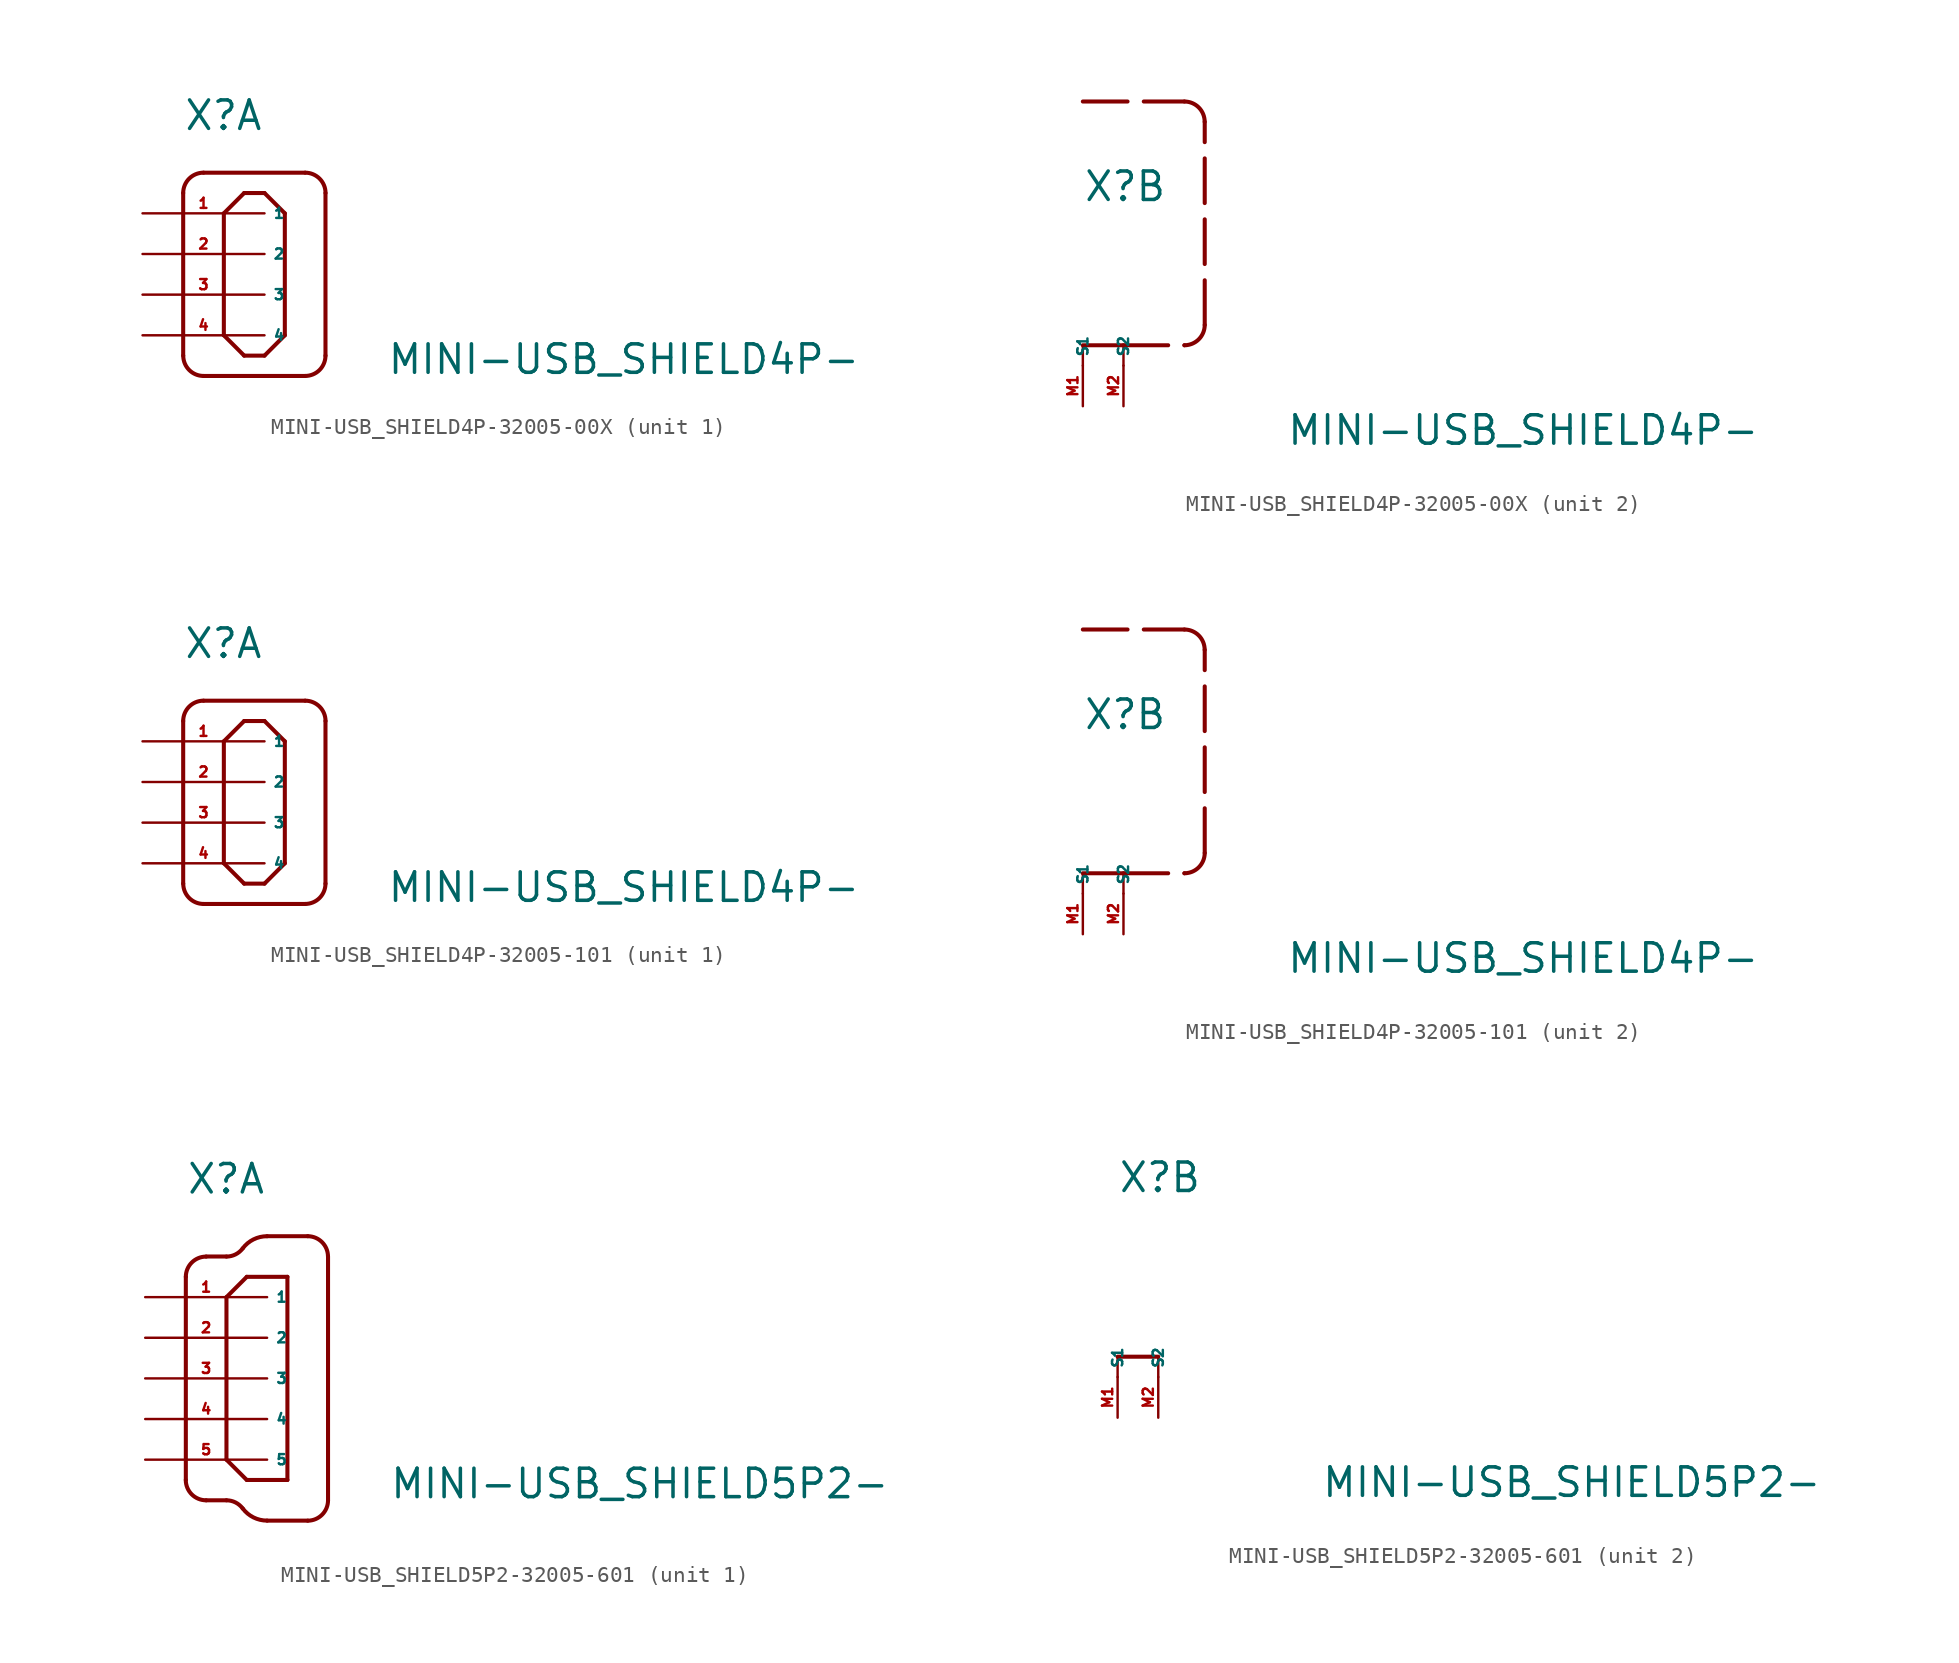
<source format=kicad_sym>
(kicad_symbol_lib
  (version 20220914)
  (generator Eagle2Kicad)
  (symbol "MINI-USB_SHIELD4P-32005-00X"
    (property "Reference" "X"
      (at -2.54 10.16 0)
      (effects (font (size 1.778 1.778) (thickness 0.22)) (justify left bottom)))
    (property "Value" "MINI-USB_SHIELD4P-"
      (at 10.16 -5.08 0)
      (effects (font (size 1.778 1.778) (thickness 0.22)) (justify left bottom)))
    (symbol "MINI-USB_SHIELD4P-32005-00X_1_0"
      (polyline (pts (xy -2.54 6.35) (xy -2.54 -3.81)) (stroke (width 0.254) (type default)) (fill (type none)))
      (arc (start -2.54 -3.81) (mid -2.168 -4.708) (end -1.27 -5.08) (stroke (width 0.254) (type default)) (fill (type none)))
      (polyline (pts (xy -1.27 -5.08) (xy 5.08 -5.08)) (stroke (width 0.254) (type default)) (fill (type none)))
      (arc (start 5.08 -5.08) (mid 5.978 -4.708) (end 6.35 -3.81) (stroke (width 0.254) (type default)) (fill (type none)))
      (polyline (pts (xy 6.35 -3.81) (xy 6.35 6.35)) (stroke (width 0.254) (type default)) (fill (type none)))
      (arc (start -1.27 7.62) (mid -2.168 7.248) (end -2.54 6.35) (stroke (width 0.254) (type default)) (fill (type none)))
      (polyline (pts (xy -1.27 7.62) (xy 5.08 7.62)) (stroke (width 0.254) (type default)) (fill (type none)))
      (arc (start 6.35 6.35) (mid 5.978 7.248) (end 5.08 7.62) (stroke (width 0.254) (type default)) (fill (type none)))
      (polyline (pts (xy 0 5.08) (xy 0 -2.54)) (stroke (width 0.254) (type default)) (fill (type none)))
      (polyline (pts (xy 0 -2.54) (xy 1.27 -3.81)) (stroke (width 0.254) (type default)) (fill (type none)))
      (polyline (pts (xy 1.27 -3.81) (xy 2.54 -3.81)) (stroke (width 0.254) (type default)) (fill (type none)))
      (polyline (pts (xy 3.81 -2.54) (xy 3.81 5.08)) (stroke (width 0.254) (type default)) (fill (type none)))
      (polyline (pts (xy 2.54 6.35) (xy 1.27 6.35)) (stroke (width 0.254) (type default)) (fill (type none)))
      (polyline (pts (xy 1.27 6.35) (xy 0 5.08)) (stroke (width 0.254) (type default)) (fill (type none)))
      (polyline (pts (xy 2.54 6.35) (xy 3.81 5.08)) (stroke (width 0.254) (type default)) (fill (type none)))
      (polyline (pts (xy 2.54 -3.81) (xy 3.81 -2.54)) (stroke (width 0.254) (type default)) (fill (type none)))
      (pin passive line (at -5.08 5.08 0) (length 7.62) (name "1" (effects (font (size 0.635 0.635) (thickness 0.08)) (justify left bottom))) (number "1" (effects (font (size 0.635 0.635) (thickness 0.08)) (justify left bottom))))
      (pin passive line (at -5.08 2.54 0) (length 7.62) (name "2" (effects (font (size 0.635 0.635) (thickness 0.08)) (justify left bottom))) (number "2" (effects (font (size 0.635 0.635) (thickness 0.08)) (justify left bottom))))
      (pin passive line (at -5.08 0 0) (length 7.62) (name "3" (effects (font (size 0.635 0.635) (thickness 0.08)) (justify left bottom))) (number "3" (effects (font (size 0.635 0.635) (thickness 0.08)) (justify left bottom))))
      (pin passive line (at -5.08 -2.54 0) (length 7.62) (name "4" (effects (font (size 0.635 0.635) (thickness 0.08)) (justify left bottom))) (number "4" (effects (font (size 0.635 0.635) (thickness 0.08)) (justify left bottom)))))
    (symbol "MINI-USB_SHIELD4P-32005-00X_2_0"
      (polyline (pts (xy -2.54 1.27) (xy 0 1.27)) (stroke (width 0.254) (type dash)) (fill (type none)))
      (polyline (pts (xy 0 1.27) (xy 3.81 1.27)) (stroke (width 0.254) (type dash)) (fill (type none)))
      (arc (start 3.81 1.27) (mid 4.708 1.642) (end 5.08 2.54) (stroke (width 0.254) (type dash)) (fill (type none)))
      (polyline (pts (xy 5.08 2.54) (xy 5.08 15.24)) (stroke (width 0.254) (type dash)) (fill (type none)))
      (polyline (pts (xy -2.54 16.51) (xy 3.81 16.51)) (stroke (width 0.254) (type dash)) (fill (type none)))
      (arc (start 5.08 15.24) (mid 4.708 16.138) (end 3.81 16.51) (stroke (width 0.254) (type dash)) (fill (type none)))
      (polyline (pts (xy -2.54 0) (xy -2.54 1.27)) (stroke (width 0.152) (type default)) (fill (type none)))
      (polyline (pts (xy 0 0) (xy 0 1.27)) (stroke (width 0.152) (type default)) (fill (type none)))
      (pin passive line (at -2.54 -2.54 90) (length 2.54) (name "S1" (effects (font (size 0.635 0.635) (thickness 0.08)) (justify left bottom))) (number "M1" (effects (font (size 0.635 0.635) (thickness 0.08)) (justify left bottom))))
      (pin passive line (at 0 -2.54 90) (length 2.54) (name "S2" (effects (font (size 0.635 0.635) (thickness 0.08)) (justify left bottom))) (number "M2" (effects (font (size 0.635 0.635) (thickness 0.08)) (justify left bottom))))))
  (symbol "MINI-USB_SHIELD4P-32005-101"
    (property "Reference" "X"
      (at -2.54 10.16 0)
      (effects (font (size 1.778 1.778) (thickness 0.22)) (justify left bottom)))
    (property "Value" "MINI-USB_SHIELD4P-"
      (at 10.16 -5.08 0)
      (effects (font (size 1.778 1.778) (thickness 0.22)) (justify left bottom)))
    (symbol "MINI-USB_SHIELD4P-32005-101_1_0"
      (polyline (pts (xy -2.54 6.35) (xy -2.54 -3.81)) (stroke (width 0.254) (type default)) (fill (type none)))
      (arc (start -2.54 -3.81) (mid -2.168 -4.708) (end -1.27 -5.08) (stroke (width 0.254) (type default)) (fill (type none)))
      (polyline (pts (xy -1.27 -5.08) (xy 5.08 -5.08)) (stroke (width 0.254) (type default)) (fill (type none)))
      (arc (start 5.08 -5.08) (mid 5.978 -4.708) (end 6.35 -3.81) (stroke (width 0.254) (type default)) (fill (type none)))
      (polyline (pts (xy 6.35 -3.81) (xy 6.35 6.35)) (stroke (width 0.254) (type default)) (fill (type none)))
      (arc (start -1.27 7.62) (mid -2.168 7.248) (end -2.54 6.35) (stroke (width 0.254) (type default)) (fill (type none)))
      (polyline (pts (xy -1.27 7.62) (xy 5.08 7.62)) (stroke (width 0.254) (type default)) (fill (type none)))
      (arc (start 6.35 6.35) (mid 5.978 7.248) (end 5.08 7.62) (stroke (width 0.254) (type default)) (fill (type none)))
      (polyline (pts (xy 0 5.08) (xy 0 -2.54)) (stroke (width 0.254) (type default)) (fill (type none)))
      (polyline (pts (xy 0 -2.54) (xy 1.27 -3.81)) (stroke (width 0.254) (type default)) (fill (type none)))
      (polyline (pts (xy 1.27 -3.81) (xy 2.54 -3.81)) (stroke (width 0.254) (type default)) (fill (type none)))
      (polyline (pts (xy 3.81 -2.54) (xy 3.81 5.08)) (stroke (width 0.254) (type default)) (fill (type none)))
      (polyline (pts (xy 2.54 6.35) (xy 1.27 6.35)) (stroke (width 0.254) (type default)) (fill (type none)))
      (polyline (pts (xy 1.27 6.35) (xy 0 5.08)) (stroke (width 0.254) (type default)) (fill (type none)))
      (polyline (pts (xy 2.54 6.35) (xy 3.81 5.08)) (stroke (width 0.254) (type default)) (fill (type none)))
      (polyline (pts (xy 2.54 -3.81) (xy 3.81 -2.54)) (stroke (width 0.254) (type default)) (fill (type none)))
      (pin passive line (at -5.08 5.08 0) (length 7.62) (name "1" (effects (font (size 0.635 0.635) (thickness 0.08)) (justify left bottom))) (number "1" (effects (font (size 0.635 0.635) (thickness 0.08)) (justify left bottom))))
      (pin passive line (at -5.08 2.54 0) (length 7.62) (name "2" (effects (font (size 0.635 0.635) (thickness 0.08)) (justify left bottom))) (number "2" (effects (font (size 0.635 0.635) (thickness 0.08)) (justify left bottom))))
      (pin passive line (at -5.08 0 0) (length 7.62) (name "3" (effects (font (size 0.635 0.635) (thickness 0.08)) (justify left bottom))) (number "3" (effects (font (size 0.635 0.635) (thickness 0.08)) (justify left bottom))))
      (pin passive line (at -5.08 -2.54 0) (length 7.62) (name "4" (effects (font (size 0.635 0.635) (thickness 0.08)) (justify left bottom))) (number "4" (effects (font (size 0.635 0.635) (thickness 0.08)) (justify left bottom)))))
    (symbol "MINI-USB_SHIELD4P-32005-101_2_0"
      (polyline (pts (xy -2.54 1.27) (xy 0 1.27)) (stroke (width 0.254) (type dash)) (fill (type none)))
      (polyline (pts (xy 0 1.27) (xy 3.81 1.27)) (stroke (width 0.254) (type dash)) (fill (type none)))
      (arc (start 3.81 1.27) (mid 4.708 1.642) (end 5.08 2.54) (stroke (width 0.254) (type dash)) (fill (type none)))
      (polyline (pts (xy 5.08 2.54) (xy 5.08 15.24)) (stroke (width 0.254) (type dash)) (fill (type none)))
      (polyline (pts (xy -2.54 16.51) (xy 3.81 16.51)) (stroke (width 0.254) (type dash)) (fill (type none)))
      (arc (start 5.08 15.24) (mid 4.708 16.138) (end 3.81 16.51) (stroke (width 0.254) (type dash)) (fill (type none)))
      (polyline (pts (xy -2.54 0) (xy -2.54 1.27)) (stroke (width 0.152) (type default)) (fill (type none)))
      (polyline (pts (xy 0 0) (xy 0 1.27)) (stroke (width 0.152) (type default)) (fill (type none)))
      (pin passive line (at -2.54 -2.54 90) (length 2.54) (name "S1" (effects (font (size 0.635 0.635) (thickness 0.08)) (justify left bottom))) (number "M1" (effects (font (size 0.635 0.635) (thickness 0.08)) (justify left bottom))))
      (pin passive line (at 0 -2.54 90) (length 2.54) (name "S2" (effects (font (size 0.635 0.635) (thickness 0.08)) (justify left bottom))) (number "M2" (effects (font (size 0.635 0.635) (thickness 0.08)) (justify left bottom))))))
  (symbol "MINI-USB_SHIELD5P2-32005-601"
    (property "Reference" "X"
      (at -2.54 11.43 0)
      (effects (font (size 1.778 1.778) (thickness 0.22)) (justify left bottom)))
    (property "Value" "MINI-USB_SHIELD5P2-"
      (at 10.16 -7.62 0)
      (effects (font (size 1.778 1.778) (thickness 0.22)) (justify left bottom)))
    (symbol "MINI-USB_SHIELD5P2-32005-601_1_0"
      (polyline (pts (xy -2.54 6.35) (xy -2.54 -6.35)) (stroke (width 0.254) (type default)) (fill (type none)))
      (arc (start -2.54 -6.35) (mid -2.168 -7.248) (end -1.27 -7.62) (stroke (width 0.254) (type default)) (fill (type none)))
      (polyline (pts (xy -1.27 -7.62) (xy 0 -7.62)) (stroke (width 0.254) (type default)) (fill (type none)))
      (arc (start 1.016 -8.128) (mid 0.568 -7.754) (end 0 -7.62) (stroke (width 0.254) (type default)) (fill (type none)))
      (arc (start 1.016 -8.128) (mid 1.688 -8.689) (end 2.54 -8.89) (stroke (width 0.254) (type default)) (fill (type none)))
      (polyline (pts (xy 2.54 -8.89) (xy 5.08 -8.89)) (stroke (width 0.254) (type default)) (fill (type none)))
      (arc (start 5.08 -8.89) (mid 5.978 -8.518) (end 6.35 -7.62) (stroke (width 0.254) (type default)) (fill (type none)))
      (polyline (pts (xy 6.35 -7.62) (xy 6.35 7.62)) (stroke (width 0.254) (type default)) (fill (type none)))
      (arc (start -1.27 7.62) (mid -2.168 7.248) (end -2.54 6.35) (stroke (width 0.254) (type default)) (fill (type none)))
      (polyline (pts (xy -1.27 7.62) (xy 0 7.62)) (stroke (width 0.254) (type default)) (fill (type none)))
      (arc (start 0 7.62) (mid 0.568 7.754) (end 1.016 8.128) (stroke (width 0.254) (type default)) (fill (type none)))
      (arc (start 2.54 8.89) (mid 1.688 8.689) (end 1.016 8.128) (stroke (width 0.254) (type default)) (fill (type none)))
      (polyline (pts (xy 2.54 8.89) (xy 5.08 8.89)) (stroke (width 0.254) (type default)) (fill (type none)))
      (arc (start 6.35 7.62) (mid 5.978 8.518) (end 5.08 8.89) (stroke (width 0.254) (type default)) (fill (type none)))
      (polyline (pts (xy 0 5.08) (xy 0 -5.08)) (stroke (width 0.254) (type default)) (fill (type none)))
      (polyline (pts (xy 0 -5.08) (xy 1.27 -6.35)) (stroke (width 0.254) (type default)) (fill (type none)))
      (polyline (pts (xy 1.27 -6.35) (xy 3.81 -6.35)) (stroke (width 0.254) (type default)) (fill (type none)))
      (polyline (pts (xy 3.81 -6.35) (xy 3.81 6.35)) (stroke (width 0.254) (type default)) (fill (type none)))
      (polyline (pts (xy 3.81 6.35) (xy 1.27 6.35)) (stroke (width 0.254) (type default)) (fill (type none)))
      (polyline (pts (xy 1.27 6.35) (xy 0 5.08)) (stroke (width 0.254) (type default)) (fill (type none)))
      (pin passive line (at -5.08 5.08 0) (length 7.62) (name "1" (effects (font (size 0.635 0.635) (thickness 0.08)) (justify left bottom))) (number "1" (effects (font (size 0.635 0.635) (thickness 0.08)) (justify left bottom))))
      (pin passive line (at -5.08 2.54 0) (length 7.62) (name "2" (effects (font (size 0.635 0.635) (thickness 0.08)) (justify left bottom))) (number "2" (effects (font (size 0.635 0.635) (thickness 0.08)) (justify left bottom))))
      (pin passive line (at -5.08 0 0) (length 7.62) (name "3" (effects (font (size 0.635 0.635) (thickness 0.08)) (justify left bottom))) (number "3" (effects (font (size 0.635 0.635) (thickness 0.08)) (justify left bottom))))
      (pin passive line (at -5.08 -2.54 0) (length 7.62) (name "4" (effects (font (size 0.635 0.635) (thickness 0.08)) (justify left bottom))) (number "4" (effects (font (size 0.635 0.635) (thickness 0.08)) (justify left bottom))))
      (pin passive line (at -5.08 -5.08 0) (length 7.62) (name "5" (effects (font (size 0.635 0.635) (thickness 0.08)) (justify left bottom))) (number "5" (effects (font (size 0.635 0.635) (thickness 0.08)) (justify left bottom)))))
    (symbol "MINI-USB_SHIELD5P2-32005-601_2_0"
      (polyline (pts (xy -2.54 1.27) (xy 0 1.27)) (stroke (width 0.254) (type dash)) (fill (type none)))
      (polyline (pts (xy -2.54 0) (xy -2.54 1.27)) (stroke (width 0.152) (type default)) (fill (type none)))
      (polyline (pts (xy 0 0) (xy 0 1.27)) (stroke (width 0.152) (type default)) (fill (type none)))
      (pin passive line (at -2.54 -2.54 90) (length 2.54) (name "S1" (effects (font (size 0.635 0.635) (thickness 0.08)) (justify left bottom))) (number "M1" (effects (font (size 0.635 0.635) (thickness 0.08)) (justify left bottom))))
      (pin passive line (at 0 -2.54 90) (length 2.54) (name "S2" (effects (font (size 0.635 0.635) (thickness 0.08)) (justify left bottom))) (number "M2" (effects (font (size 0.635 0.635) (thickness 0.08)) (justify left bottom)))))))
</source>
